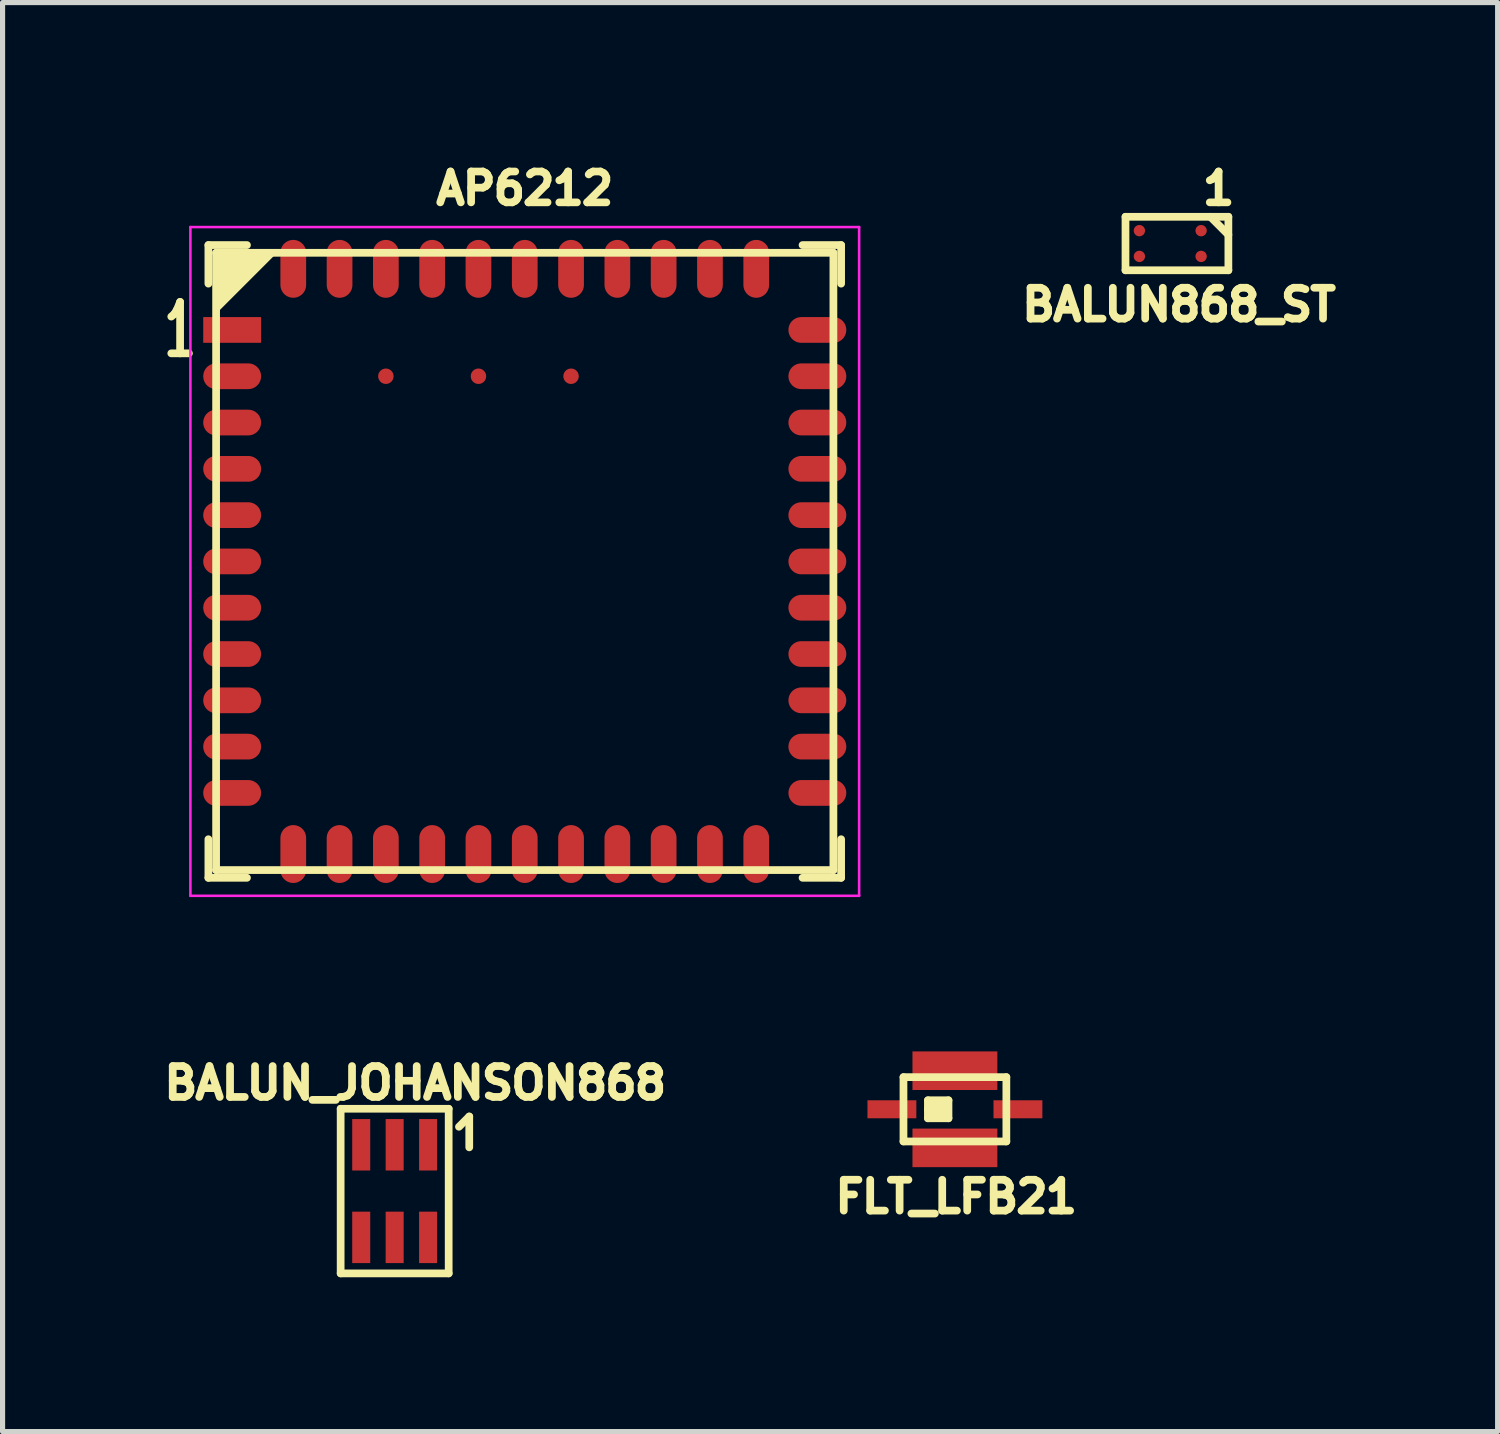
<source format=kicad_pcb>
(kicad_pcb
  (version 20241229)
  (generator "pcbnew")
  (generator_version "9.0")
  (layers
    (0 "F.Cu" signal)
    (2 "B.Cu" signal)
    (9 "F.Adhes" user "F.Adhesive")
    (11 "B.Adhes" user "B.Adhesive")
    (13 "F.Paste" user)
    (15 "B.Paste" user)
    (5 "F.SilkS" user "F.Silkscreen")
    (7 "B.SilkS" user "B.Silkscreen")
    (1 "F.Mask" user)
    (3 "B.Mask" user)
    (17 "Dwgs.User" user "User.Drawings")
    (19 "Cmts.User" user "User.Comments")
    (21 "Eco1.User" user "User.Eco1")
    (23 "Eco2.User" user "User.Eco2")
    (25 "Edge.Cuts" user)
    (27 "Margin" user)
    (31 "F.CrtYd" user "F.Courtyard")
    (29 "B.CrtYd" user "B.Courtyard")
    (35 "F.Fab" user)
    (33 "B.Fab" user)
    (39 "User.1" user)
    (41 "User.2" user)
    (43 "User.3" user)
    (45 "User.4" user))
  (footprint "FLT_LFB21"
    (layer "F.Cu")
    (at 15.513 18.514)
    (property "Reference" "FLT_LFB21" (at 0.025 1.7 0) (layer "F.SilkS") (effects (font (size 0.6 0.6) (thickness 0.15))))
    (attr through_hole)
    (fp_line (start -1 -0.625) (end 1 -0.625) (stroke (width 0.15) (type solid)) (layer "F.SilkS"))
    (fp_line (start -1 0.625) (end -1 -0.625) (stroke (width 0.15) (type solid)) (layer "F.SilkS"))
    (fp_line (start -0.525 -0.175) (end -0.125 -0.175) (stroke (width 0.15) (type solid)) (layer "F.SilkS"))
    (fp_line (start -0.525 0) (end -0.525 -0.175) (stroke (width 0.15) (type solid)) (layer "F.SilkS"))
    (fp_line (start -0.525 0) (end -0.4 -0.05) (stroke (width 0.15) (type solid)) (layer "F.SilkS"))
    (fp_line (start -0.525 0.175) (end -0.525 0) (stroke (width 0.15) (type solid)) (layer "F.SilkS"))
    (fp_line (start -0.4 -0.05) (end -0.225 -0.05) (stroke (width 0.15) (type solid)) (layer "F.SilkS"))
    (fp_line (start -0.225 -0.05) (end -0.225 0.05) (stroke (width 0.15) (type solid)) (layer "F.SilkS"))
    (fp_line (start -0.225 0.05) (end -0.425 0.075) (stroke (width 0.15) (type solid)) (layer "F.SilkS"))
    (fp_line (start -0.125 -0.175) (end -0.125 0.175) (stroke (width 0.15) (type solid)) (layer "F.SilkS"))
    (fp_line (start -0.125 0.175) (end -0.525 0.175) (stroke (width 0.15) (type solid)) (layer "F.SilkS"))
    (fp_line (start 1 -0.625) (end 1 0.625) (stroke (width 0.15) (type solid)) (layer "F.SilkS"))
    (fp_line (start 1 0.625) (end -1 0.625) (stroke (width 0.15) (type solid)) (layer "F.SilkS"))
    (pad "1" smd rect (at 0 -0.75) (size 1.65 0.75) (layers "F.Cu" "F.Mask" "F.Paste"))
    (pad "2" smd rect (at 1.225 0) (size 0.95 0.35) (layers "F.Cu" "F.Mask" "F.Paste"))
    (pad "3" smd rect (at 0 0.75) (size 1.65 0.75) (layers "F.Cu" "F.Mask" "F.Paste"))
    (pad "4" smd rect (at -1.225 0) (size 0.95 0.35) (layers "F.Cu" "F.Mask" "F.Paste")))
  (footprint "BALUN_JOHANSON868"
    (layer "F.Cu")
    (at 4.622 20.104)
    (property "Reference" "BALUN_JOHANSON868" (at 0.4 -2.1 0) (layer "F.SilkS") (effects (font (size 0.6 0.6) (thickness 0.15))))
    (attr through_hole)
    (fp_line (start -1.05 -1.6) (end 1.05 -1.6) (stroke (width 0.15) (type solid)) (layer "F.SilkS"))
    (fp_line (start -1.05 1.6) (end -1.05 -1.6) (stroke (width 0.15) (type solid)) (layer "F.SilkS"))
    (fp_line (start 1.05 -1.6) (end 1.05 1.6) (stroke (width 0.15) (type solid)) (layer "F.SilkS"))
    (fp_line (start 1.05 1.6) (end -1.05 1.6) (stroke (width 0.15) (type solid)) (layer "F.SilkS"))
    (fp_line (start 1.25 -1.25) (end 1.45 -1.45) (stroke (width 0.15) (type solid)) (layer "F.SilkS"))
    (fp_line (start 1.45 -1.45) (end 1.45 -0.85) (stroke (width 0.15) (type solid)) (layer "F.SilkS"))
    (pad "1" smd rect (at 0.65 -0.9) (size 0.35 1) (layers "F.Cu" "F.Mask" "F.Paste"))
    (pad "2" smd rect (at 0 -0.9) (size 0.35 1) (layers "F.Cu" "F.Mask" "F.Paste"))
    (pad "3" smd rect (at -0.65 -0.9) (size 0.35 1) (layers "F.Cu" "F.Mask" "F.Paste"))
    (pad "4" smd rect (at -0.65 0.9) (size 0.35 1) (layers "F.Cu" "F.Mask" "F.Paste"))
    (pad "5" smd rect (at 0 0.9) (size 0.35 1) (layers "F.Cu" "F.Mask" "F.Paste"))
    (pad "6" smd rect (at 0.65 0.9) (size 0.35 1) (layers "F.Cu" "F.Mask" "F.Paste")))
  (footprint "AP6212"
    (layer "F.Cu")
    (at 7.151 7.864)
    (property "Reference" "AP6212" (at 0 -7.25 0) (layer "F.SilkS") (effects (font (size 0.6 0.6) (thickness 0.15))))
    (attr through_hole)
    (fp_line (start -6.15 -6.15) (end -6.15 -5.4) (stroke (width 0.15) (type solid)) (layer "F.SilkS"))
    (fp_line (start -6.15 6.15) (end -6.15 5.4) (stroke (width 0.15) (type solid)) (layer "F.SilkS"))
    (fp_line (start -6 -6) (end -6 6) (stroke (width 0.15) (type solid)) (layer "F.SilkS"))
    (fp_line (start -6 6) (end 6 6) (stroke (width 0.15) (type solid)) (layer "F.SilkS"))
    (fp_line (start -5.4 -6.15) (end -6.15 -6.15) (stroke (width 0.15) (type solid)) (layer "F.SilkS"))
    (fp_line (start -5.4 6.15) (end -6.15 6.15) (stroke (width 0.15) (type solid)) (layer "F.SilkS"))
    (fp_line (start 5.4 -6.15) (end 6.15 -6.15) (stroke (width 0.15) (type solid)) (layer "F.SilkS"))
    (fp_line (start 5.4 6.15) (end 6.15 6.15) (stroke (width 0.15) (type solid)) (layer "F.SilkS"))
    (fp_line (start 6 -6) (end -6 -6) (stroke (width 0.15) (type solid)) (layer "F.SilkS"))
    (fp_line (start 6 6) (end 6 -6) (stroke (width 0.15) (type solid)) (layer "F.SilkS"))
    (fp_line (start 6.15 -6.15) (end 6.15 -5.4) (stroke (width 0.15) (type solid)) (layer "F.SilkS"))
    (fp_line (start 6.15 6.15) (end 6.15 5.4) (stroke (width 0.15) (type solid)) (layer "F.SilkS"))
    (fp_poly (pts (xy -6 -4.9) (xy -6 -6) (xy -4.9 -6)) (stroke (width 0.12) (type solid)) (fill yes) (layer "F.SilkS"))
    (fp_line (start -6.5 -6.5) (end 6.5 -6.5) (stroke (width 0.05) (type solid)) (layer "F.CrtYd"))
    (fp_line (start -6.5 6.5) (end -6.5 -6.5) (stroke (width 0.05) (type solid)) (layer "F.CrtYd"))
    (fp_line (start 6.5 -6.5) (end 6.5 6.5) (stroke (width 0.05) (type solid)) (layer "F.CrtYd"))
    (fp_line (start 6.5 6.5) (end -6.5 6.5) (stroke (width 0.05) (type solid)) (layer "F.CrtYd"))
    (fp_text user "1" (at -6.7 -4.5 0) (unlocked yes) (layer "F.SilkS") (effects (font (size 1 0.6) (thickness 0.15))))
    (pad "1" smd rect (at -5.688 -4.5 90) (size 0.5 1.125) (layers "F.Cu" "F.Mask" "F.Paste"))
    (pad "2" smd oval (at -5.688 -3.6 90) (size 0.5 1.125) (layers "F.Cu" "F.Mask" "F.Paste"))
    (pad "3" smd oval (at -5.688 -2.7 90) (size 0.5 1.125) (layers "F.Cu" "F.Mask" "F.Paste"))
    (pad "4" smd oval (at -5.688 -1.8 90) (size 0.5 1.125) (layers "F.Cu" "F.Mask" "F.Paste"))
    (pad "5" smd oval (at -5.688 -0.9 90) (size 0.5 1.125) (layers "F.Cu" "F.Mask" "F.Paste"))
    (pad "6" smd oval (at -5.688 0 90) (size 0.5 1.125) (layers "F.Cu" "F.Mask" "F.Paste"))
    (pad "7" smd oval (at -5.688 0.9 90) (size 0.5 1.125) (layers "F.Cu" "F.Mask" "F.Paste"))
    (pad "8" smd oval (at -5.688 1.8 90) (size 0.5 1.125) (layers "F.Cu" "F.Mask" "F.Paste"))
    (pad "9" smd oval (at -5.688 2.7 90) (size 0.5 1.125) (layers "F.Cu" "F.Mask" "F.Paste"))
    (pad "10" smd oval (at -5.688 3.6 90) (size 0.5 1.125) (layers "F.Cu" "F.Mask" "F.Paste"))
    (pad "11" smd oval (at -5.688 4.5 90) (size 0.5 1.125) (layers "F.Cu" "F.Mask" "F.Paste"))
    (pad "12" smd oval (at -4.5 5.688) (size 0.5 1.125) (layers "F.Cu" "F.Mask" "F.Paste"))
    (pad "13" smd oval (at -3.6 5.688) (size 0.5 1.125) (layers "F.Cu" "F.Mask" "F.Paste"))
    (pad "14" smd oval (at -2.7 5.688) (size 0.5 1.125) (layers "F.Cu" "F.Mask" "F.Paste"))
    (pad "15" smd oval (at -1.8 5.688) (size 0.5 1.125) (layers "F.Cu" "F.Mask" "F.Paste"))
    (pad "16" smd oval (at -0.9 5.688) (size 0.5 1.125) (layers "F.Cu" "F.Mask" "F.Paste"))
    (pad "17" smd oval (at 0 5.688) (size 0.5 1.125) (layers "F.Cu" "F.Mask" "F.Paste"))
    (pad "18" smd oval (at 0.9 5.688) (size 0.5 1.125) (layers "F.Cu" "F.Mask" "F.Paste"))
    (pad "19" smd oval (at 1.8 5.688) (size 0.5 1.125) (layers "F.Cu" "F.Mask" "F.Paste"))
    (pad "20" smd oval (at 2.7 5.688) (size 0.5 1.125) (layers "F.Cu" "F.Mask" "F.Paste"))
    (pad "21" smd oval (at 3.6 5.688) (size 0.5 1.125) (layers "F.Cu" "F.Mask" "F.Paste"))
    (pad "22" smd oval (at 4.5 5.688) (size 0.5 1.125) (layers "F.Cu" "F.Mask" "F.Paste"))
    (pad "23" smd oval (at 5.688 4.5 90) (size 0.5 1.125) (layers "F.Cu" "F.Mask" "F.Paste"))
    (pad "24" smd oval (at 5.688 3.6 90) (size 0.5 1.125) (layers "F.Cu" "F.Mask" "F.Paste"))
    (pad "25" smd oval (at 5.688 2.7 90) (size 0.5 1.125) (layers "F.Cu" "F.Mask" "F.Paste"))
    (pad "26" smd oval (at 5.688 1.8 90) (size 0.5 1.125) (layers "F.Cu" "F.Mask" "F.Paste"))
    (pad "27" smd oval (at 5.688 0.9 90) (size 0.5 1.125) (layers "F.Cu" "F.Mask" "F.Paste"))
    (pad "28" smd oval (at 5.688 0 90) (size 0.5 1.125) (layers "F.Cu" "F.Mask" "F.Paste"))
    (pad "29" smd oval (at 5.688 -0.9 90) (size 0.5 1.125) (layers "F.Cu" "F.Mask" "F.Paste"))
    (pad "30" smd oval (at 5.688 -1.8 90) (size 0.5 1.125) (layers "F.Cu" "F.Mask" "F.Paste"))
    (pad "31" smd oval (at 5.688 -2.7 90) (size 0.5 1.125) (layers "F.Cu" "F.Mask" "F.Paste"))
    (pad "32" smd oval (at 5.688 -3.6 90) (size 0.5 1.125) (layers "F.Cu" "F.Mask" "F.Paste"))
    (pad "33" smd oval (at 5.688 -4.5 90) (size 0.5 1.125) (layers "F.Cu" "F.Mask" "F.Paste"))
    (pad "34" smd oval (at 4.5 -5.688) (size 0.5 1.125) (layers "F.Cu" "F.Mask" "F.Paste"))
    (pad "35" smd oval (at 3.6 -5.688) (size 0.5 1.125) (layers "F.Cu" "F.Mask" "F.Paste"))
    (pad "36" smd oval (at 2.7 -5.688) (size 0.5 1.125) (layers "F.Cu" "F.Mask" "F.Paste"))
    (pad "37" smd oval (at 1.8 -5.688) (size 0.5 1.125) (layers "F.Cu" "F.Mask" "F.Paste"))
    (pad "38" smd oval (at 0.9 -5.688) (size 0.5 1.125) (layers "F.Cu" "F.Mask" "F.Paste"))
    (pad "39" smd oval (at 0 -5.688) (size 0.5 1.125) (layers "F.Cu" "F.Mask" "F.Paste"))
    (pad "40" smd oval (at -0.9 -5.688) (size 0.5 1.125) (layers "F.Cu" "F.Mask" "F.Paste"))
    (pad "41" smd oval (at -1.8 -5.688) (size 0.5 1.125) (layers "F.Cu" "F.Mask" "F.Paste"))
    (pad "42" smd oval (at -2.7 -5.688) (size 0.5 1.125) (layers "F.Cu" "F.Mask" "F.Paste"))
    (pad "43" smd oval (at -3.6 -5.688) (size 0.5 1.125) (layers "F.Cu" "F.Mask" "F.Paste"))
    (pad "44" smd oval (at -4.5 -5.688) (size 0.5 1.125) (layers "F.Cu" "F.Mask" "F.Paste"))
    (pad "45" smd circle (at -2.7 -3.6 90) (size 0.3 0.3) (layers "F.Cu" "F.Mask" "F.Paste"))
    (pad "46" smd circle (at -0.9 -3.6 90) (size 0.3 0.3) (layers "F.Cu" "F.Mask" "F.Paste"))
    (pad "47" smd circle (at 0.9 -3.6 90) (size 0.3 0.3) (layers "F.Cu" "F.Mask" "F.Paste")))
  (footprint "BALUN868_ST"
    (layer "F.Cu")
    (at 19.099 1.684)
    (property "Reference" "BALUN868_ST" (at 0.77 1.19 0) (layer "F.SilkS") (effects (font (size 0.6 0.6) (thickness 0.15))))
    (attr through_hole)
    (fp_line (start -0.27 -0.52) (end -0.27 0.52) (stroke (width 0.15) (type solid)) (layer "F.SilkS"))
    (fp_line (start -0.27 -0.52) (end 1.73 -0.52) (stroke (width 0.15) (type solid)) (layer "F.SilkS"))
    (fp_line (start -0.27 0.52) (end 1.73 0.52) (stroke (width 0.15) (type solid)) (layer "F.SilkS"))
    (fp_line (start 1.38 -0.52) (end 1.73 -0.17) (stroke (width 0.15) (type solid)) (layer "F.SilkS"))
    (fp_line (start 1.73 -0.52) (end 1.73 0.52) (stroke (width 0.15) (type solid)) (layer "F.SilkS"))
    (fp_text user "1" (at 1.54 -1.07 0) (layer "F.SilkS") (effects (font (size 0.6 0.6) (thickness 0.15))))
    (pad "A1" smd circle (at 1.2 -0.25) (size 0.22 0.22) (layers "F.Cu" "F.Mask" "F.Paste"))
    (pad "A2" smd circle (at 0 -0.25) (size 0.22 0.22) (layers "F.Cu" "F.Mask" "F.Paste"))
    (pad "B1" smd circle (at 1.2 0.25) (size 0.22 0.22) (layers "F.Cu" "F.Mask" "F.Paste"))
    (pad "B2" smd circle (at 0 0.25) (size 0.22 0.22) (layers "F.Cu" "F.Mask" "F.Paste")))
  (gr_rect
    (start -3 -3)
    (end 26.063 24.779)
    (stroke (width 0.1) (type default))
    (fill no)
    (layer "Edge.Cuts")))
</source>
